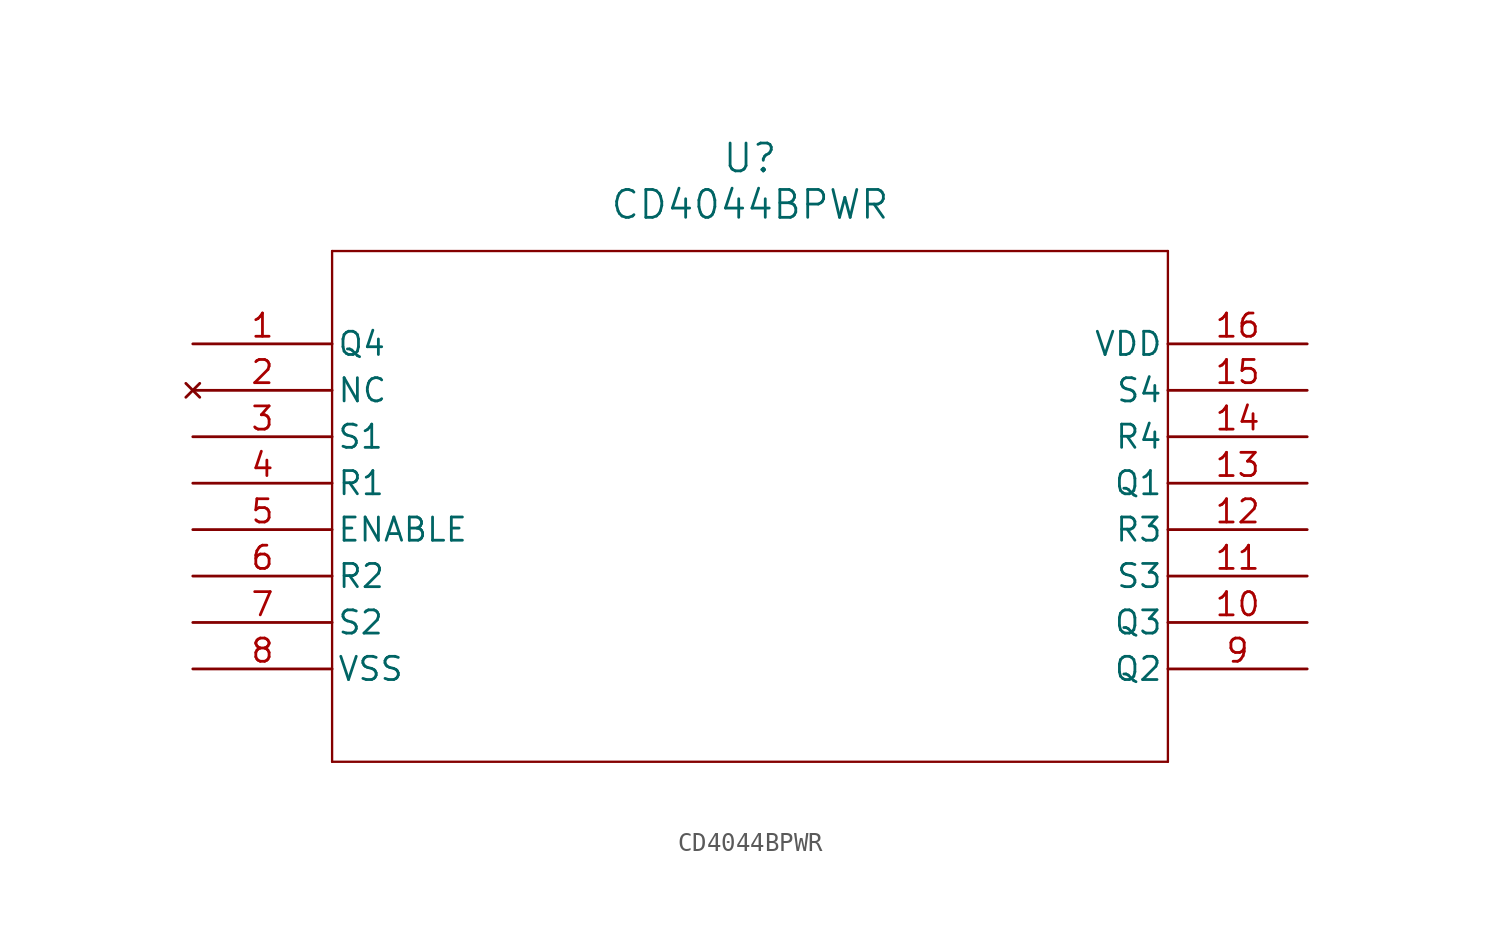
<source format=kicad_sym>
(kicad_symbol_lib
  (version 20211014)
  (generator kicad_symbol_editor)
  (symbol "CD4044BPWR"
    (pin_names
      (offset 0.254))
    (property "Reference" "U"
      (at 30.48 10.16 0)
      (effects (font (size 1.524 1.524))))
    (property "Value" "CD4044BPWR"
      (at 30.48 7.62 0)
      (effects (font (size 1.524 1.524))))
    (symbol "CD4044BPWR_0_1"
      (polyline (pts (xy 7.62 5.08) (xy 7.62 -22.86)) (stroke (width 0.127) (type default) (color 0 0 0 0)) (fill (type none)))
      (polyline (pts (xy 7.62 -22.86) (xy 53.34 -22.86)) (stroke (width 0.127) (type default) (color 0 0 0 0)) (fill (type none)))
      (polyline (pts (xy 53.34 -22.86) (xy 53.34 5.08)) (stroke (width 0.127) (type default) (color 0 0 0 0)) (fill (type none)))
      (polyline (pts (xy 53.34 5.08) (xy 7.62 5.08)) (stroke (width 0.127) (type default) (color 0 0 0 0)) (fill (type none)))
      (pin unspecified line (at 0 0 0) (length 7.62) (name "Q4" (effects (font (size 1.27 1.27)))) (number "1" (effects (font (size 1.27 1.27)))))
      (pin no_connect line (at 0 -2.54 0) (length 7.62) (name "NC" (effects (font (size 1.27 1.27)))) (number "2" (effects (font (size 1.27 1.27)))))
      (pin unspecified line (at 0 -5.08 0) (length 7.62) (name "S1" (effects (font (size 1.27 1.27)))) (number "3" (effects (font (size 1.27 1.27)))))
      (pin unspecified line (at 0 -7.62 0) (length 7.62) (name "R1" (effects (font (size 1.27 1.27)))) (number "4" (effects (font (size 1.27 1.27)))))
      (pin unspecified line (at 0 -10.16 0) (length 7.62) (name "ENABLE" (effects (font (size 1.27 1.27)))) (number "5" (effects (font (size 1.27 1.27)))))
      (pin unspecified line (at 0 -12.7 0) (length 7.62) (name "R2" (effects (font (size 1.27 1.27)))) (number "6" (effects (font (size 1.27 1.27)))))
      (pin unspecified line (at 0 -15.24 0) (length 7.62) (name "S2" (effects (font (size 1.27 1.27)))) (number "7" (effects (font (size 1.27 1.27)))))
      (pin power_in line (at 0 -17.78 0) (length 7.62) (name "VSS" (effects (font (size 1.27 1.27)))) (number "8" (effects (font (size 1.27 1.27)))))
      (pin unspecified line (at 60.96 -17.78 180) (length 7.62) (name "Q2" (effects (font (size 1.27 1.27)))) (number "9" (effects (font (size 1.27 1.27)))))
      (pin unspecified line (at 60.96 -15.24 180) (length 7.62) (name "Q3" (effects (font (size 1.27 1.27)))) (number "10" (effects (font (size 1.27 1.27)))))
      (pin unspecified line (at 60.96 -12.7 180) (length 7.62) (name "S3" (effects (font (size 1.27 1.27)))) (number "11" (effects (font (size 1.27 1.27)))))
      (pin unspecified line (at 60.96 -10.16 180) (length 7.62) (name "R3" (effects (font (size 1.27 1.27)))) (number "12" (effects (font (size 1.27 1.27)))))
      (pin unspecified line (at 60.96 -7.62 180) (length 7.62) (name "Q1" (effects (font (size 1.27 1.27)))) (number "13" (effects (font (size 1.27 1.27)))))
      (pin unspecified line (at 60.96 -5.08 180) (length 7.62) (name "R4" (effects (font (size 1.27 1.27)))) (number "14" (effects (font (size 1.27 1.27)))))
      (pin unspecified line (at 60.96 -2.54 180) (length 7.62) (name "S4" (effects (font (size 1.27 1.27)))) (number "15" (effects (font (size 1.27 1.27)))))
      (pin power_in line (at 60.96 0 180) (length 7.62) (name "VDD" (effects (font (size 1.27 1.27)))) (number "16" (effects (font (size 1.27 1.27))))))))
</source>
